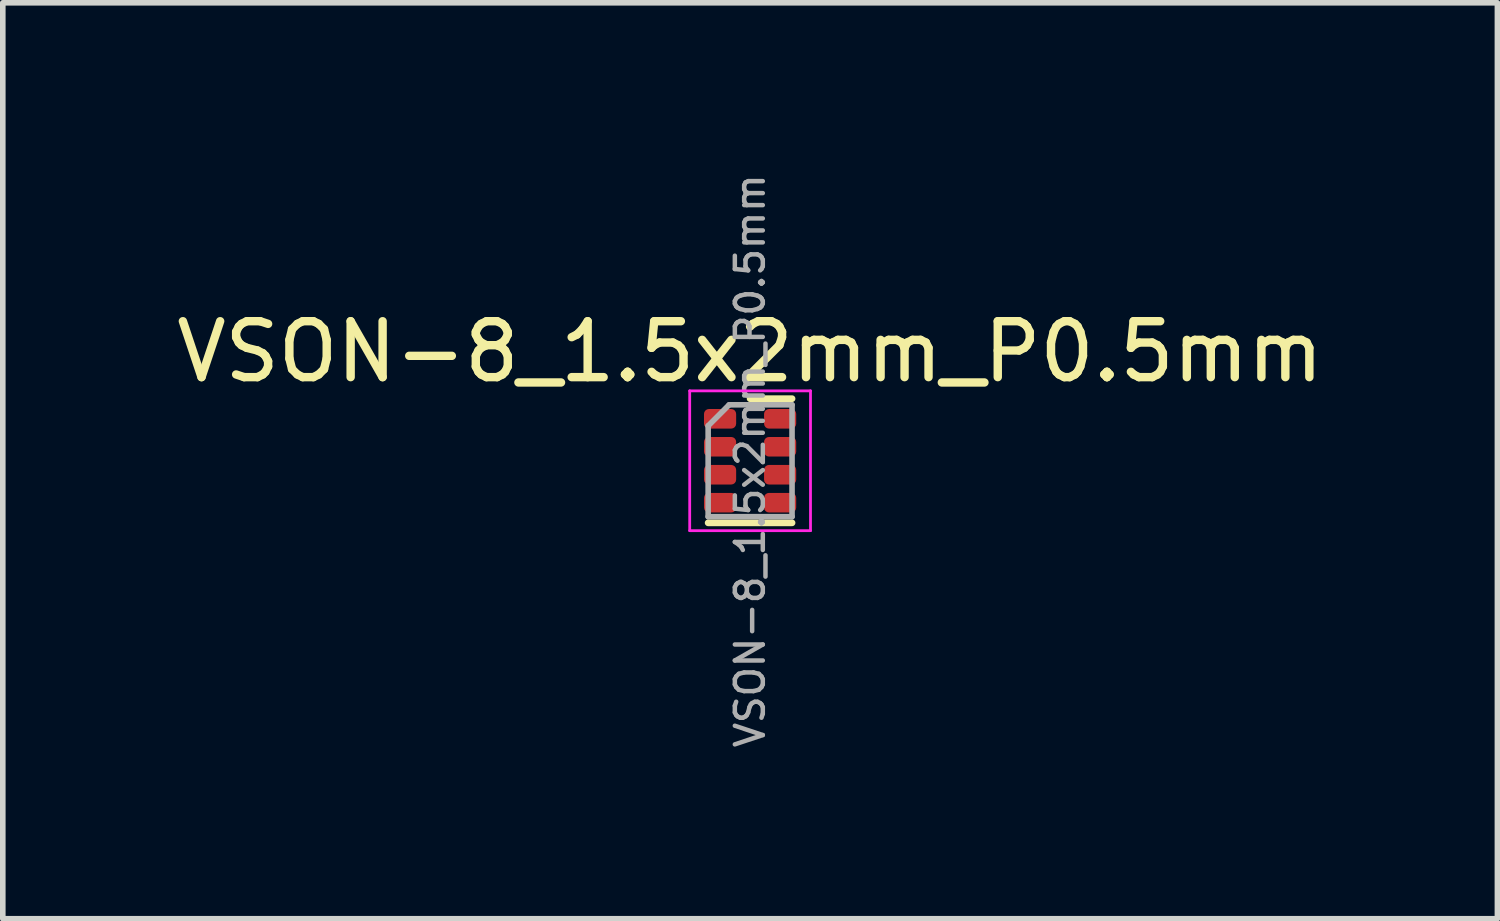
<source format=kicad_pcb>
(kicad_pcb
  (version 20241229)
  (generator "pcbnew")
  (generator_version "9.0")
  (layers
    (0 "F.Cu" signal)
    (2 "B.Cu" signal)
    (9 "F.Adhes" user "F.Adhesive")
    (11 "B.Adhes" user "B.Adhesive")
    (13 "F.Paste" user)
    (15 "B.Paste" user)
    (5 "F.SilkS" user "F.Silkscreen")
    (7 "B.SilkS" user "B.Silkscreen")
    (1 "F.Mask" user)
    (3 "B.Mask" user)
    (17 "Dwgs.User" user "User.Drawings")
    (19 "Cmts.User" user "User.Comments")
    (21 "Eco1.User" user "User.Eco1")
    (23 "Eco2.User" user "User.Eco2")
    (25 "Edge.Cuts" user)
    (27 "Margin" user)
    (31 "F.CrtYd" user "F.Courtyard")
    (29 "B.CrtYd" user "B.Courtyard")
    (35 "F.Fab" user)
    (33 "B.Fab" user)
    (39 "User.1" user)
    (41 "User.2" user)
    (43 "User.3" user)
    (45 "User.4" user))
  (footprint "VSON-8_1.5x2mm_P0.5mm"
    (layer "F.Cu")
    (at 10.363 5.189)
    (property "Reference" "VSON-8_1.5x2mm_P0.5mm" (at 0 -1.95 0) (layer "F.SilkS") (effects (font (size 1 1) (thickness 0.15))))
    (attr smd)
    (fp_line (start -0.75 1.11) (end 0.75 1.11) (stroke (width 0.12) (type solid)) (layer "F.SilkS"))
    (fp_line (start 0 -1.11) (end 0.75 -1.11) (stroke (width 0.12) (type solid)) (layer "F.SilkS"))
    (fp_line (start -1.08 -1.25) (end -1.08 1.25) (stroke (width 0.05) (type solid)) (layer "F.CrtYd"))
    (fp_line (start -1.08 1.25) (end 1.08 1.25) (stroke (width 0.05) (type solid)) (layer "F.CrtYd"))
    (fp_line (start 1.08 -1.25) (end -1.08 -1.25) (stroke (width 0.05) (type solid)) (layer "F.CrtYd"))
    (fp_line (start 1.08 1.25) (end 1.08 -1.25) (stroke (width 0.05) (type solid)) (layer "F.CrtYd"))
    (fp_line (start -0.75 -0.625) (end -0.375 -1) (stroke (width 0.1) (type solid)) (layer "F.Fab"))
    (fp_line (start -0.75 1) (end -0.75 -0.625) (stroke (width 0.1) (type solid)) (layer "F.Fab"))
    (fp_line (start -0.375 -1) (end 0.75 -1) (stroke (width 0.1) (type solid)) (layer "F.Fab"))
    (fp_line (start 0.75 -1) (end 0.75 1) (stroke (width 0.1) (type solid)) (layer "F.Fab"))
    (fp_line (start 0.75 1) (end -0.75 1) (stroke (width 0.1) (type solid)) (layer "F.Fab"))
    (fp_text user "${REFERENCE}" (at 0 0 90) (layer "F.Fab") (effects (font (size 0.5 0.5) (thickness 0.08))))
    (pad "1" smd roundrect (at -0.537 -0.75) (size 0.575 0.35) (layers "F.Cu" "F.Mask" "F.Paste") (roundrect_rratio 0.25))
    (pad "2" smd roundrect (at -0.537 -0.25) (size 0.575 0.35) (layers "F.Cu" "F.Mask" "F.Paste") (roundrect_rratio 0.25))
    (pad "3" smd roundrect (at -0.537 0.25) (size 0.575 0.35) (layers "F.Cu" "F.Mask" "F.Paste") (roundrect_rratio 0.25))
    (pad "4" smd roundrect (at -0.537 0.75) (size 0.575 0.35) (layers "F.Cu" "F.Mask" "F.Paste") (roundrect_rratio 0.25))
    (pad "5" smd roundrect (at 0.537 0.75) (size 0.575 0.35) (layers "F.Cu" "F.Mask" "F.Paste") (roundrect_rratio 0.25))
    (pad "6" smd roundrect (at 0.537 0.25) (size 0.575 0.35) (layers "F.Cu" "F.Mask" "F.Paste") (roundrect_rratio 0.25))
    (pad "7" smd roundrect (at 0.537 -0.25) (size 0.575 0.35) (layers "F.Cu" "F.Mask" "F.Paste") (roundrect_rratio 0.25))
    (pad "8" smd roundrect (at 0.537 -0.75) (size 0.575 0.35) (layers "F.Cu" "F.Mask" "F.Paste") (roundrect_rratio 0.25)))
  (gr_rect
    (start -3 -3)
    (end 23.726 13.378)
    (stroke (width 0.1) (type default))
    (fill no)
    (layer "Edge.Cuts")))
</source>
